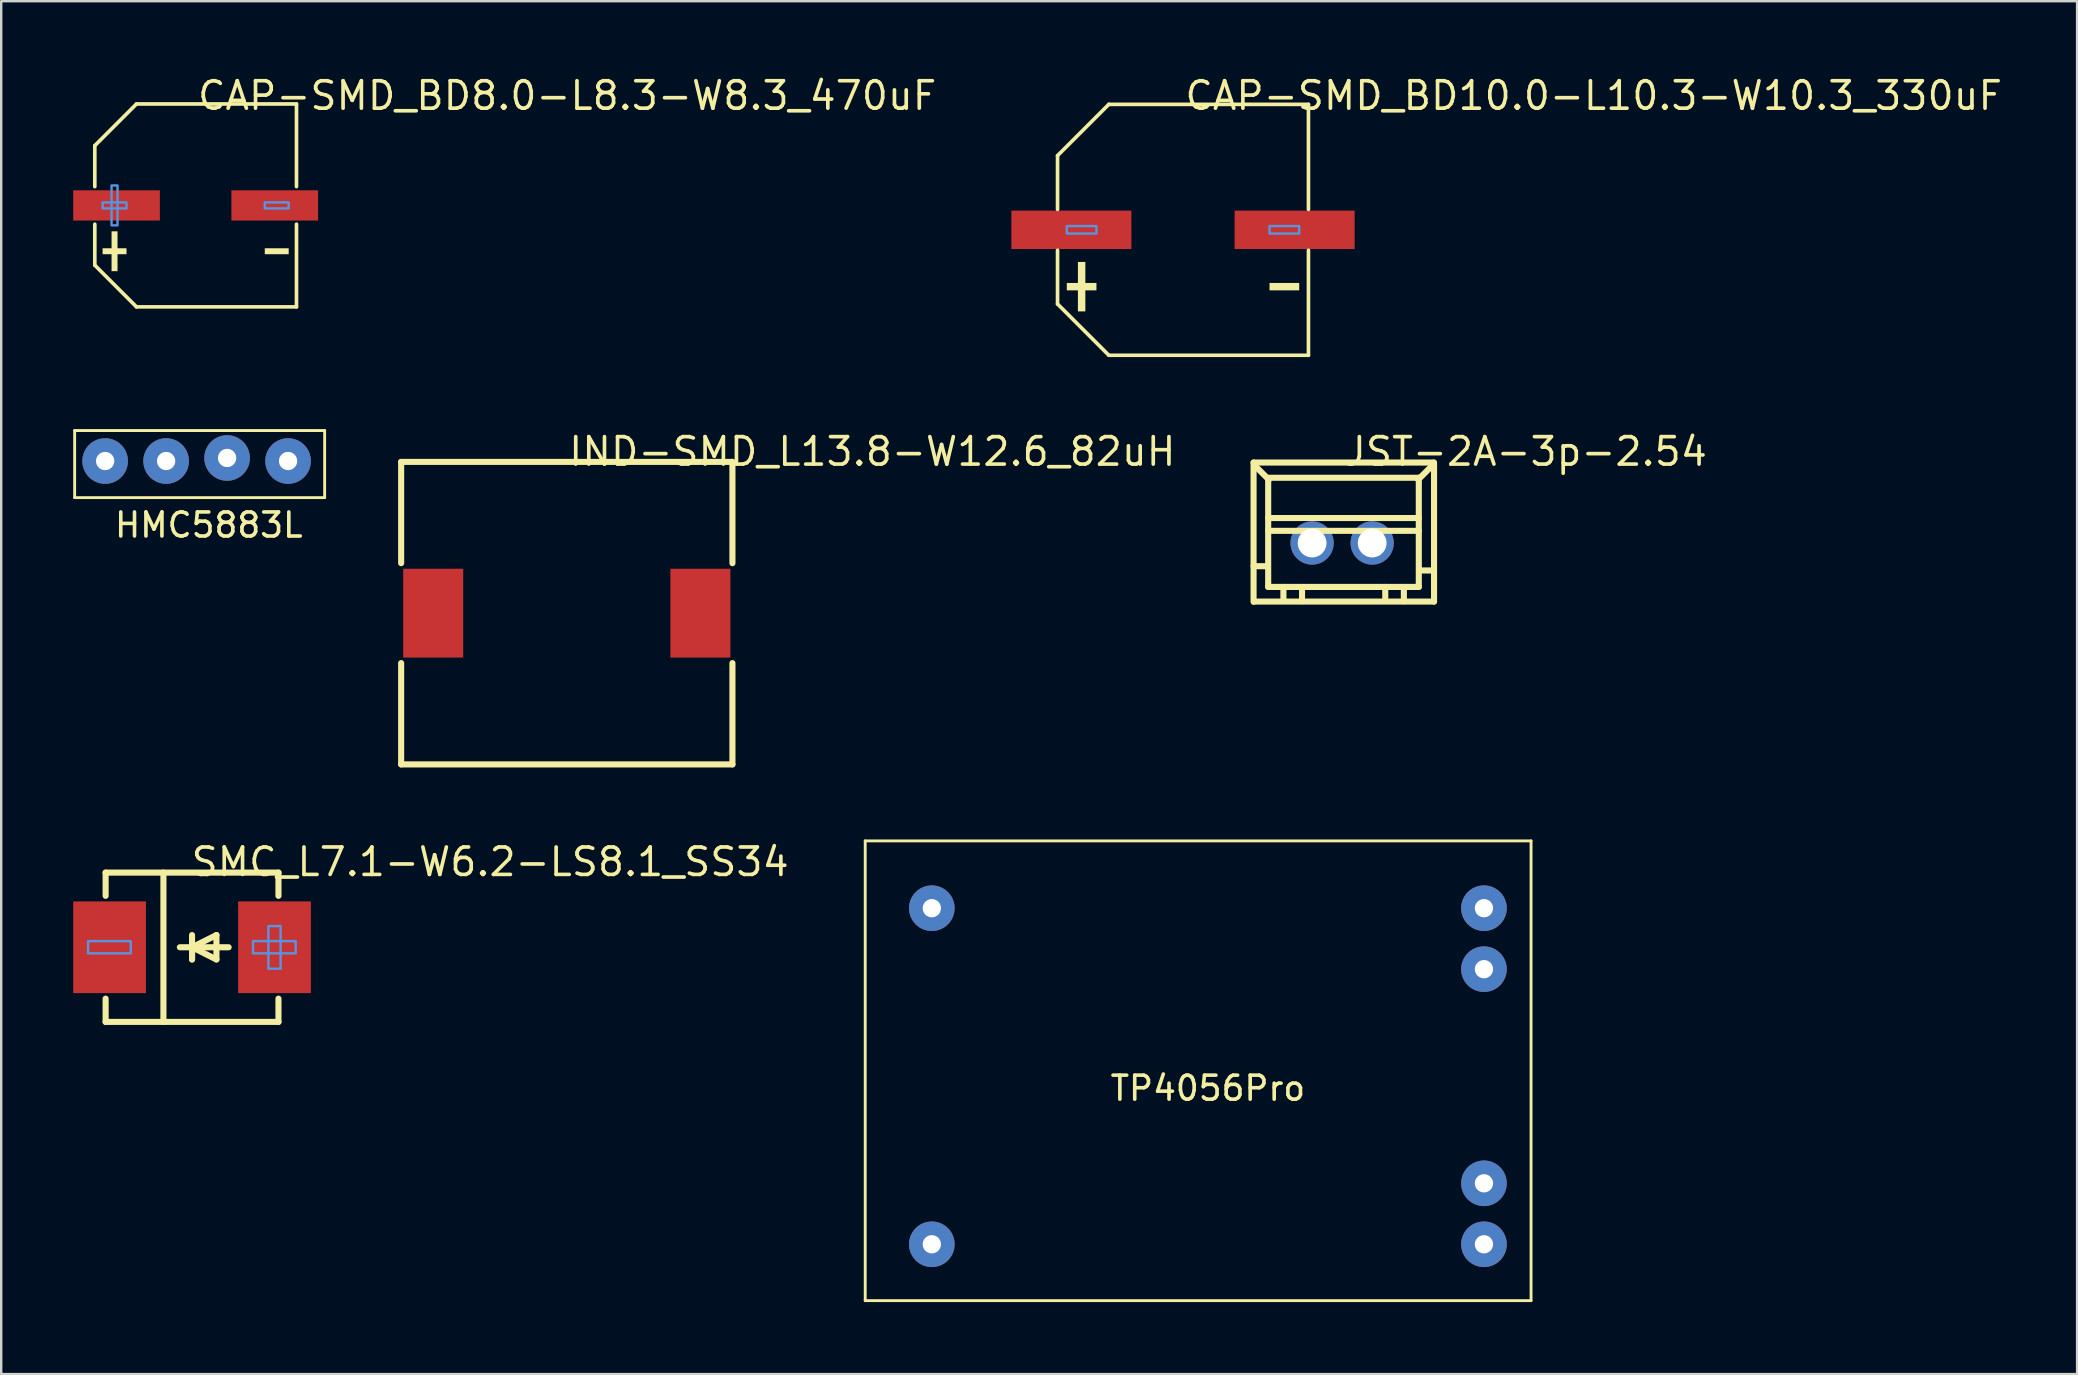
<source format=kicad_pcb>
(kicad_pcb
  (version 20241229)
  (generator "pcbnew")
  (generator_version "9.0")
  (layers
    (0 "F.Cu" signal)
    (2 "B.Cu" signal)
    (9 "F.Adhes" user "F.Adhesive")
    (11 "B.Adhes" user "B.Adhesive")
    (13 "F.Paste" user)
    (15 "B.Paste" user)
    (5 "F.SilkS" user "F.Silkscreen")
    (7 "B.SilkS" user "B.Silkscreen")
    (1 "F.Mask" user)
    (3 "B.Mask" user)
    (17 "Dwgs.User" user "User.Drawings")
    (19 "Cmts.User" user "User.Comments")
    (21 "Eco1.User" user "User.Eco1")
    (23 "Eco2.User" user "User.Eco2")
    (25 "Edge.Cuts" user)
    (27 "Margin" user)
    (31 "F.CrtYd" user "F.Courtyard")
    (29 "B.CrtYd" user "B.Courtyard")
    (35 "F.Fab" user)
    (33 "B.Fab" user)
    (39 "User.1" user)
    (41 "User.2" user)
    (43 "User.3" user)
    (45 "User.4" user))
  (footprint "CAP-SMD_BD8.0-L8.3-W8.3_470uF"
    (layer "F.Cu")
    (at 5.1 5.507)
    (property "Reference" "CAP-SMD_BD8.0-L8.3-W8.3_470uF" (at 0 -4.572 0) (layer "F.SilkS") (effects (font (size 1.143 1.143) (thickness 0.152)) (justify left)))
    (attr smd)
    (fp_line (start -4.201 -2.49) (end -4.201 -0.782) (stroke (width 0.152) (type solid)) (layer "F.SilkS"))
    (fp_line (start -4.201 2.49) (end -4.201 0.782) (stroke (width 0.152) (type solid)) (layer "F.SilkS"))
    (fp_line (start -2.465 -4.226) (end -4.201 -2.49) (stroke (width 0.152) (type solid)) (layer "F.SilkS"))
    (fp_line (start -2.465 4.226) (end -4.201 2.49) (stroke (width 0.152) (type solid)) (layer "F.SilkS"))
    (fp_line (start 4.201 -4.226) (end -2.465 -4.226) (stroke (width 0.152) (type solid)) (layer "F.SilkS"))
    (fp_line (start 4.201 -0.782) (end 4.201 -4.226) (stroke (width 0.152) (type solid)) (layer "F.SilkS"))
    (fp_line (start 4.201 0.782) (end 4.201 4.226) (stroke (width 0.152) (type solid)) (layer "F.SilkS"))
    (fp_line (start 4.201 4.226) (end -2.465 4.226) (stroke (width 0.152) (type solid)) (layer "F.SilkS"))
    (fp_poly (pts (xy -3.876 1.785) (xy -3.876 2.033) (xy -2.88 2.033) (xy -2.88 1.785)) (stroke (width 0) (type solid)) (fill yes) (layer "F.SilkS"))
    (fp_poly (pts (xy -3.503 1.079) (xy -3.503 2.739) (xy -3.254 2.739) (xy -3.254 1.079)) (stroke (width 0) (type solid)) (fill yes) (layer "F.SilkS"))
    (fp_poly (pts (xy 3.876 1.785) (xy 3.876 2.033) (xy 2.88 2.033) (xy 2.88 1.785)) (stroke (width 0) (type solid)) (fill yes) (layer "F.SilkS"))
    (fp_poly (pts (xy -3.876 -0.125) (xy -3.876 0.125) (xy -2.88 0.125) (xy -2.88 -0.125)) (stroke (width 0.1) (type solid)) (fill no) (layer "Cmts.User"))
    (fp_poly (pts (xy -3.503 -0.83) (xy -3.503 0.83) (xy -3.254 0.83) (xy -3.254 -0.83)) (stroke (width 0.1) (type solid)) (fill no) (layer "Cmts.User"))
    (fp_poly (pts (xy 3.876 -0.125) (xy 3.876 0.125) (xy 2.88 0.125) (xy 2.88 -0.125)) (stroke (width 0.1) (type solid)) (fill no) (layer "Cmts.User"))
    (pad "1" smd rect (at -3.295 0) (size 3.61 1.26) (layers "F.Cu" "F.Mask" "F.Paste"))
    (pad "2" smd rect (at 3.295 0) (size 3.61 1.26) (layers "F.Cu" "F.Mask" "F.Paste")))
  (footprint "TP4056Pro"
    (layer "F.Cu")
    (at 47.267 41.783)
    (property "Reference" "TP4056Pro" (at 0 0.5 0) (layer "F.SilkS") (effects (font (size 1 1) (thickness 0.15))))
    (attr through_hole)
    (fp_line (start -14.275 -9.804) (end -14.275 9.347) (stroke (width 0.12) (type solid)) (layer "F.SilkS"))
    (fp_line (start -14.275 9.347) (end 13.462 9.347) (stroke (width 0.12) (type solid)) (layer "F.SilkS"))
    (fp_line (start 13.462 -9.804) (end -14.275 -9.804) (stroke (width 0.12) (type solid)) (layer "F.SilkS"))
    (fp_line (start 13.462 9.347) (end 13.462 -9.804) (stroke (width 0.12) (type solid)) (layer "F.SilkS"))
    (pad "1" thru_hole circle (at -11.5 -7) (size 1.9 1.9) (drill 0.762) (layers "*.Cu" "*.Mask"))
    (pad "2" thru_hole circle (at -11.5 7) (size 1.9 1.9) (drill 0.762) (layers "*.Cu" "*.Mask"))
    (pad "3" thru_hole circle (at 11.5 -7) (size 1.9 1.9) (drill 0.762) (layers "*.Cu" "*.Mask"))
    (pad "4" thru_hole circle (at 11.5 7) (size 1.9 1.9) (drill 0.762) (layers "*.Cu" "*.Mask"))
    (pad "5" thru_hole circle (at 11.5 -4.46) (size 1.9 1.9) (drill 0.762) (layers "*.Cu" "*.Mask"))
    (pad "6" thru_hole circle (at 11.5 4.46) (size 1.9 1.9) (drill 0.762) (layers "*.Cu" "*.Mask")))
  (footprint "IND-SMD_L13.8-W12.6_82uH"
    (layer "F.Cu")
    (at 20.561 22.492)
    (property "Reference" "IND-SMD_L13.8-W12.6_82uH" (at 0 -6.731 0) (layer "F.SilkS") (effects (font (size 1.143 1.143) (thickness 0.152)) (justify left)))
    (attr smd)
    (fp_line (start -6.9 -6.3) (end 6.9 -6.3) (stroke (width 0.254) (type solid)) (layer "F.SilkS"))
    (fp_line (start -6.9 -2.081) (end -6.9 -6.3) (stroke (width 0.254) (type solid)) (layer "F.SilkS"))
    (fp_line (start -6.9 6.3) (end -6.9 2.081) (stroke (width 0.254) (type solid)) (layer "F.SilkS"))
    (fp_line (start 6.9 -2.081) (end 6.9 -6.3) (stroke (width 0.254) (type solid)) (layer "F.SilkS"))
    (fp_line (start 6.9 6.3) (end -6.9 6.3) (stroke (width 0.254) (type solid)) (layer "F.SilkS"))
    (fp_line (start 6.9 6.3) (end 6.9 2.081) (stroke (width 0.254) (type solid)) (layer "F.SilkS"))
    (pad "1" smd rect (at -5.565 0 90) (size 3.7 2.5) (layers "F.Cu" "F.Mask" "F.Paste"))
    (pad "2" smd rect (at 5.565 0 90) (size 3.7 2.5) (layers "F.Cu" "F.Mask" "F.Paste")))
  (footprint "CAP-SMD_BD10.0-L10.3-W10.3_330uF"
    (layer "F.Cu")
    (at 46.23 6.523)
    (property "Reference" "CAP-SMD_BD10.0-L10.3-W10.3_330uF" (at 0 -5.588 0) (layer "F.SilkS") (effects (font (size 1.143 1.143) (thickness 0.152)) (justify left)))
    (attr smd)
    (fp_line (start -5.226 -3.09) (end -5.226 -0.852) (stroke (width 0.152) (type solid)) (layer "F.SilkS"))
    (fp_line (start -5.226 3.09) (end -5.226 0.852) (stroke (width 0.152) (type solid)) (layer "F.SilkS"))
    (fp_line (start -3.09 -5.226) (end -5.226 -3.09) (stroke (width 0.152) (type solid)) (layer "F.SilkS"))
    (fp_line (start -3.09 5.226) (end -5.226 3.09) (stroke (width 0.152) (type solid)) (layer "F.SilkS"))
    (fp_line (start 5.226 -5.226) (end -3.09 -5.226) (stroke (width 0.152) (type solid)) (layer "F.SilkS"))
    (fp_line (start 5.226 -0.852) (end 5.226 -5.226) (stroke (width 0.152) (type solid)) (layer "F.SilkS"))
    (fp_line (start 5.226 0.852) (end 5.226 5.226) (stroke (width 0.152) (type solid)) (layer "F.SilkS"))
    (fp_line (start 5.226 5.226) (end -3.09 5.226) (stroke (width 0.152) (type solid)) (layer "F.SilkS"))
    (fp_poly (pts (xy -4.841 2.214) (xy -4.841 2.523) (xy -3.605 2.523) (xy -3.605 2.214)) (stroke (width 0) (type solid)) (fill yes) (layer "F.SilkS"))
    (fp_poly (pts (xy -4.378 1.339) (xy -4.378 3.399) (xy -4.068 3.399) (xy -4.068 1.339)) (stroke (width 0) (type solid)) (fill yes) (layer "F.SilkS"))
    (fp_poly (pts (xy 4.841 2.214) (xy 4.841 2.523) (xy 3.605 2.523) (xy 3.605 2.214)) (stroke (width 0) (type solid)) (fill yes) (layer "F.SilkS"))
    (fp_poly (pts (xy -4.841 -0.155) (xy -4.841 0.155) (xy -3.605 0.155) (xy -3.605 -0.155)) (stroke (width 0.1) (type solid)) (fill no) (layer "Cmts.User"))
    (fp_poly (pts (xy 4.841 -0.155) (xy 4.841 0.155) (xy 3.605 0.155) (xy 3.605 -0.155)) (stroke (width 0.1) (type solid)) (fill no) (layer "Cmts.User"))
    (pad "1" smd rect (at -4.65 0) (size 5 1.6) (layers "F.Cu" "F.Mask" "F.Paste"))
    (pad "2" smd rect (at 4.65 0) (size 5 1.6) (layers "F.Cu" "F.Mask" "F.Paste")))
  (footprint "HMC5883L"
    (layer "F.Cu")
    (at 5.14 16.155)
    (property "Reference" "HMC5883L" (at 0.508 2.667 0) (layer "F.SilkS") (effects (font (size 1 1) (thickness 0.15))))
    (attr through_hole)
    (fp_line (start -5.08 -1.27) (end -5.08 1.524) (stroke (width 0.12) (type solid)) (layer "F.SilkS"))
    (fp_line (start -5.08 -1.27) (end 5.334 -1.27) (stroke (width 0.12) (type solid)) (layer "F.SilkS"))
    (fp_line (start -5.08 1.524) (end 5.334 1.524) (stroke (width 0.12) (type solid)) (layer "F.SilkS"))
    (fp_line (start 5.334 -1.27) (end 5.334 1.524) (stroke (width 0.12) (type solid)) (layer "F.SilkS"))
    (pad "1" thru_hole circle (at -3.81 0) (size 1.9 1.9) (drill 0.762) (layers "*.Cu" "*.Mask"))
    (pad "2" thru_hole circle (at -1.27 0) (size 1.9 1.9) (drill 0.762) (layers "*.Cu" "*.Mask"))
    (pad "3" thru_hole circle (at 1.27 -0.127) (size 1.9 1.9) (drill 0.762) (layers "*.Cu" "*.Mask"))
    (pad "4" thru_hole circle (at 3.81 0) (size 1.9 1.9) (drill 0.762) (layers "*.Cu" "*.Mask")))
  (footprint "SMC_L7.1-W6.2-LS8.1_SS34"
    (layer "F.Cu")
    (at 4.95 36.41)
    (property "Reference" "SMC_L7.1-W6.2-LS8.1_SS34" (at -0.119 -3.556 0) (layer "F.SilkS") (effects (font (size 1.143 1.143) (thickness 0.152)) (justify left)))
    (attr smd)
    (fp_line (start -3.6 -3.11) (end -3.6 -2.141) (stroke (width 0.254) (type solid)) (layer "F.SilkS"))
    (fp_line (start -3.6 -3.11) (end 3.6 -3.11) (stroke (width 0.254) (type solid)) (layer "F.SilkS"))
    (fp_line (start -3.6 2.141) (end -3.6 3.11) (stroke (width 0.254) (type solid)) (layer "F.SilkS"))
    (fp_line (start -3.6 3.11) (end 3.6 3.11) (stroke (width 0.254) (type solid)) (layer "F.SilkS"))
    (fp_line (start -1.192 -3.11) (end -1.192 3.11) (stroke (width 0.254) (type solid)) (layer "F.SilkS"))
    (fp_line (start 0 0) (end 0 0.508) (stroke (width 0.254) (type solid)) (layer "F.SilkS"))
    (fp_line (start 0 0) (end 1.016 0.508) (stroke (width 0.254) (type solid)) (layer "F.SilkS"))
    (fp_line (start 0 0.508) (end 0 -0.508) (stroke (width 0.254) (type solid)) (layer "F.SilkS"))
    (fp_line (start 1.016 -0.508) (end 0 0) (stroke (width 0.254) (type solid)) (layer "F.SilkS"))
    (fp_line (start 1.016 0.508) (end 1.016 -0.508) (stroke (width 0.254) (type solid)) (layer "F.SilkS"))
    (fp_line (start 1.524 0) (end -0.508 0) (stroke (width 0.254) (type solid)) (layer "F.SilkS"))
    (fp_line (start 3.6 -3.11) (end 3.6 -2.141) (stroke (width 0.254) (type solid)) (layer "F.SilkS"))
    (fp_line (start 3.6 2.141) (end 3.6 3.11) (stroke (width 0.254) (type solid)) (layer "F.SilkS"))
    (fp_poly (pts (xy -4.33 -0.254) (xy -2.552 -0.254) (xy -2.552 0.254) (xy -4.33 0.254)) (stroke (width 0.1) (type solid)) (fill no) (layer "Cmts.User"))
    (fp_poly (pts (xy 2.54 -0.254) (xy 4.318 -0.254) (xy 4.318 0.254) (xy 2.54 0.254)) (stroke (width 0.1) (type solid)) (fill no) (layer "Cmts.User"))
    (fp_poly (pts (xy 3.181 0.895) (xy 3.181 -0.883) (xy 3.689 -0.883) (xy 3.689 0.895)) (stroke (width 0.1) (type solid)) (fill no) (layer "Cmts.User"))
    (pad "1" smd rect (at 3.435 0 180) (size 3.03 3.82) (layers "F.Cu" "F.Mask" "F.Paste"))
    (pad "2" smd rect (at -3.435 0 180) (size 3.03 3.82) (layers "F.Cu" "F.Mask" "F.Paste")))
  (footprint "JST-2A-3p-2.54"
    (layer "F.Cu")
    (at 52.859 19.571)
    (property "Reference" "JST-2A-3p-2.54" (at 0.019 -3.81 0) (layer "F.SilkS") (effects (font (size 1.143 1.143) (thickness 0.152)) (justify left)))
    (attr through_hole)
    (fp_line (start -3.689 -3.353) (end -3.689 2.447) (stroke (width 0.254) (type solid)) (layer "F.SilkS"))
    (fp_line (start -3.689 -3.353) (end 3.811 -3.353) (stroke (width 0.254) (type solid)) (layer "F.SilkS"))
    (fp_line (start -3.689 0.965) (end -3.105 0.965) (stroke (width 0.254) (type solid)) (layer "F.SilkS"))
    (fp_line (start -3.671 2.438) (end 3.829 2.438) (stroke (width 0.254) (type solid)) (layer "F.SilkS"))
    (fp_line (start -3.664 -3.327) (end -3.664 -3.251) (stroke (width 0.254) (type solid)) (layer "F.SilkS"))
    (fp_line (start -3.664 -3.251) (end -3.054 -2.642) (stroke (width 0.254) (type solid)) (layer "F.SilkS"))
    (fp_line (start -3.08 -2.718) (end 3.194 -2.718) (stroke (width 0.254) (type solid)) (layer "F.SilkS"))
    (fp_line (start -3.08 -2.692) (end -3.054 -2.692) (stroke (width 0.254) (type solid)) (layer "F.SilkS"))
    (fp_line (start -3.08 -1.041) (end 3.194 -1.041) (stroke (width 0.254) (type solid)) (layer "F.SilkS"))
    (fp_line (start -3.08 -0.508) (end 3.194 -0.508) (stroke (width 0.254) (type solid)) (layer "F.SilkS"))
    (fp_line (start -3.08 1.829) (end -3.08 -2.692) (stroke (width 0.254) (type solid)) (layer "F.SilkS"))
    (fp_line (start -2.445 2.413) (end -2.445 1.829) (stroke (width 0.254) (type solid)) (layer "F.SilkS"))
    (fp_line (start -1.67 2.426) (end -1.67 1.841) (stroke (width 0.254) (type solid)) (layer "F.SilkS"))
    (fp_line (start 1.797 2.413) (end 1.797 1.829) (stroke (width 0.254) (type solid)) (layer "F.SilkS"))
    (fp_line (start 2.572 2.426) (end 2.572 1.841) (stroke (width 0.254) (type solid)) (layer "F.SilkS"))
    (fp_line (start 3.194 -2.718) (end 3.194 1.829) (stroke (width 0.254) (type solid)) (layer "F.SilkS"))
    (fp_line (start 3.194 1.829) (end -3.08 1.829) (stroke (width 0.254) (type solid)) (layer "F.SilkS"))
    (fp_line (start 3.219 1.143) (end 3.804 1.143) (stroke (width 0.254) (type solid)) (layer "F.SilkS"))
    (fp_line (start 3.778 -3.327) (end 3.778 -3.251) (stroke (width 0.254) (type solid)) (layer "F.SilkS"))
    (fp_line (start 3.778 -3.251) (end 3.169 -2.642) (stroke (width 0.254) (type solid)) (layer "F.SilkS"))
    (fp_line (start 3.829 -3.353) (end 3.829 2.438) (stroke (width 0.254) (type solid)) (layer "F.SilkS"))
    (pad "1" thru_hole circle (at -1.251 0) (size 1.8 1.8) (drill 1.199) (layers "*.Cu" "*.Paste" "*.Mask"))
    (pad "2" thru_hole circle (at 1.251 0) (size 1.8 1.8) (drill 1.199) (layers "*.Cu" "*.Paste" "*.Mask")))
  (gr_rect
    (start -3 -3)
    (end 83.475 54.19)
    (stroke (width 0.1) (type default))
    (fill no)
    (layer "Edge.Cuts")))
</source>
